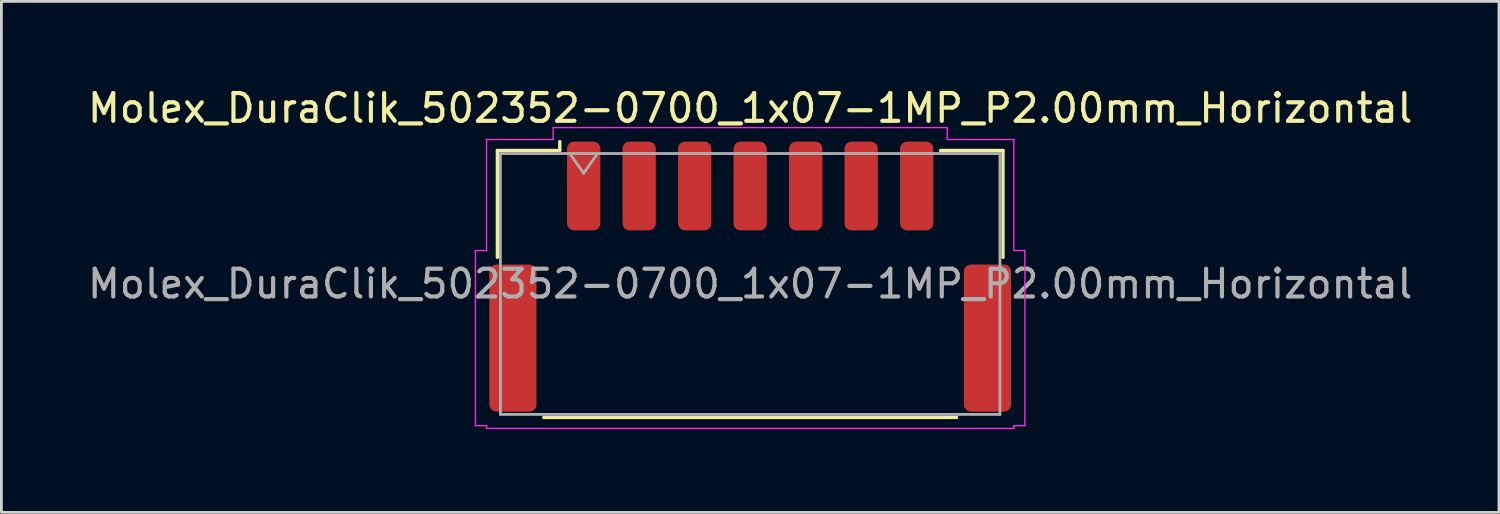
<source format=kicad_pcb>
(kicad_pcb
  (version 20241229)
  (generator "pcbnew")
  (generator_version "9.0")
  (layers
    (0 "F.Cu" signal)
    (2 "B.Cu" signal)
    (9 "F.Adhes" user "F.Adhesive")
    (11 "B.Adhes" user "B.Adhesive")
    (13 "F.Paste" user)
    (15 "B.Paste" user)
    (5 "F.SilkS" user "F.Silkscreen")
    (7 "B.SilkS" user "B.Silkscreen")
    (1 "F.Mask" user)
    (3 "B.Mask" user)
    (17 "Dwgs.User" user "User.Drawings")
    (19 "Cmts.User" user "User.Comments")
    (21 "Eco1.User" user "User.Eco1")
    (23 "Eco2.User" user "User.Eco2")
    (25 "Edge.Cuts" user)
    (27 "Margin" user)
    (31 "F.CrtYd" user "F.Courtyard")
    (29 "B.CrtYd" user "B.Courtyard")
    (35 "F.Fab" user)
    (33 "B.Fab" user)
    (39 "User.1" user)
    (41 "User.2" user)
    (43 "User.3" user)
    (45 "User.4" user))
  (footprint "Molex_DuraClik_502352-0700_1x07-1MP_P2.00mm_Horizontal"
    (layer "F.Cu")
    (at 23.982 6.918)
    (property "Reference" "Molex_DuraClik_502352-0700_1x07-1MP_P2.00mm_Horizontal" (at 0 -6.07 0) (layer "F.SilkS") (effects (font (size 1 1) (thickness 0.15))))
    (attr smd)
    (fp_line (start -9.11 -4.545) (end -6.86 -4.545) (stroke (width 0.12) (type solid)) (layer "F.SilkS"))
    (fp_line (start -9.11 -0.695) (end -9.11 -4.545) (stroke (width 0.12) (type solid)) (layer "F.SilkS"))
    (fp_line (start -7.44 5.075) (end 7.44 5.075) (stroke (width 0.12) (type solid)) (layer "F.SilkS"))
    (fp_line (start -6.86 -4.545) (end -6.86 -4.865) (stroke (width 0.12) (type solid)) (layer "F.SilkS"))
    (fp_line (start 9.11 -4.545) (end 6.86 -4.545) (stroke (width 0.12) (type solid)) (layer "F.SilkS"))
    (fp_line (start 9.11 -0.695) (end 9.11 -4.545) (stroke (width 0.12) (type solid)) (layer "F.SilkS"))
    (fp_line (start -9.9 -0.94) (end -9.5 -0.94) (stroke (width 0.05) (type solid)) (layer "F.CrtYd"))
    (fp_line (start -9.9 5.37) (end -9.9 -0.94) (stroke (width 0.05) (type solid)) (layer "F.CrtYd"))
    (fp_line (start -9.5 -4.94) (end -7.1 -4.94) (stroke (width 0.05) (type solid)) (layer "F.CrtYd"))
    (fp_line (start -9.5 -0.94) (end -9.5 -4.94) (stroke (width 0.05) (type solid)) (layer "F.CrtYd"))
    (fp_line (start -9.5 5.37) (end -9.9 5.37) (stroke (width 0.05) (type solid)) (layer "F.CrtYd"))
    (fp_line (start -9.5 5.47) (end -9.5 5.37) (stroke (width 0.05) (type solid)) (layer "F.CrtYd"))
    (fp_line (start -7.1 -5.37) (end 7.1 -5.37) (stroke (width 0.05) (type solid)) (layer "F.CrtYd"))
    (fp_line (start -7.1 -4.94) (end -7.1 -5.37) (stroke (width 0.05) (type solid)) (layer "F.CrtYd"))
    (fp_line (start 7.1 -5.37) (end 7.1 -4.94) (stroke (width 0.05) (type solid)) (layer "F.CrtYd"))
    (fp_line (start 7.1 -4.94) (end 9.5 -4.94) (stroke (width 0.05) (type solid)) (layer "F.CrtYd"))
    (fp_line (start 9.5 -4.94) (end 9.5 -0.94) (stroke (width 0.05) (type solid)) (layer "F.CrtYd"))
    (fp_line (start 9.5 -0.94) (end 9.9 -0.94) (stroke (width 0.05) (type solid)) (layer "F.CrtYd"))
    (fp_line (start 9.5 5.37) (end 9.5 5.47) (stroke (width 0.05) (type solid)) (layer "F.CrtYd"))
    (fp_line (start 9.5 5.47) (end -9.5 5.47) (stroke (width 0.05) (type solid)) (layer "F.CrtYd"))
    (fp_line (start 9.9 -0.94) (end 9.9 5.37) (stroke (width 0.05) (type solid)) (layer "F.CrtYd"))
    (fp_line (start 9.9 5.37) (end 9.5 5.37) (stroke (width 0.05) (type solid)) (layer "F.CrtYd"))
    (fp_line (start -9 -4.435) (end -9 4.965) (stroke (width 0.1) (type solid)) (layer "F.Fab"))
    (fp_line (start -9 -4.435) (end 9 -4.435) (stroke (width 0.1) (type solid)) (layer "F.Fab"))
    (fp_line (start -9 4.965) (end 9 4.965) (stroke (width 0.1) (type solid)) (layer "F.Fab"))
    (fp_line (start -6.5 -4.435) (end -6 -3.728) (stroke (width 0.1) (type solid)) (layer "F.Fab"))
    (fp_line (start -6 -3.728) (end -5.5 -4.435) (stroke (width 0.1) (type solid)) (layer "F.Fab"))
    (fp_line (start 9 -4.435) (end 9 4.965) (stroke (width 0.1) (type solid)) (layer "F.Fab"))
    (fp_text user "${REFERENCE}" (at 0 0.26 0) (layer "F.Fab") (effects (font (size 1 1) (thickness 0.15))))
    (pad "1" smd roundrect (at -6 -3.265) (size 1.2 3.2) (layers "F.Cu" "F.Mask" "F.Paste") (roundrect_rratio 0.208))
    (pad "2" smd roundrect (at -4 -3.265) (size 1.2 3.2) (layers "F.Cu" "F.Mask" "F.Paste") (roundrect_rratio 0.208))
    (pad "3" smd roundrect (at -2 -3.265) (size 1.2 3.2) (layers "F.Cu" "F.Mask" "F.Paste") (roundrect_rratio 0.208))
    (pad "4" smd roundrect (at 0 -3.265) (size 1.2 3.2) (layers "F.Cu" "F.Mask" "F.Paste") (roundrect_rratio 0.208))
    (pad "5" smd roundrect (at 2 -3.265) (size 1.2 3.2) (layers "F.Cu" "F.Mask" "F.Paste") (roundrect_rratio 0.208))
    (pad "6" smd roundrect (at 4 -3.265) (size 1.2 3.2) (layers "F.Cu" "F.Mask" "F.Paste") (roundrect_rratio 0.208))
    (pad "7" smd roundrect (at 6 -3.265) (size 1.2 3.2) (layers "F.Cu" "F.Mask" "F.Paste") (roundrect_rratio 0.208))
    (pad "MP" smd roundrect (at -8.55 2.215) (size 1.7 5.3) (layers "F.Cu" "F.Mask" "F.Paste") (roundrect_rratio 0.147))
    (pad "MP" smd roundrect (at 8.55 2.215) (size 1.7 5.3) (layers "F.Cu" "F.Mask" "F.Paste") (roundrect_rratio 0.147)))
  (gr_rect
    (start -3 -3)
    (end 50.964 15.413)
    (stroke (width 0.1) (type default))
    (fill no)
    (layer "Edge.Cuts")))
</source>
